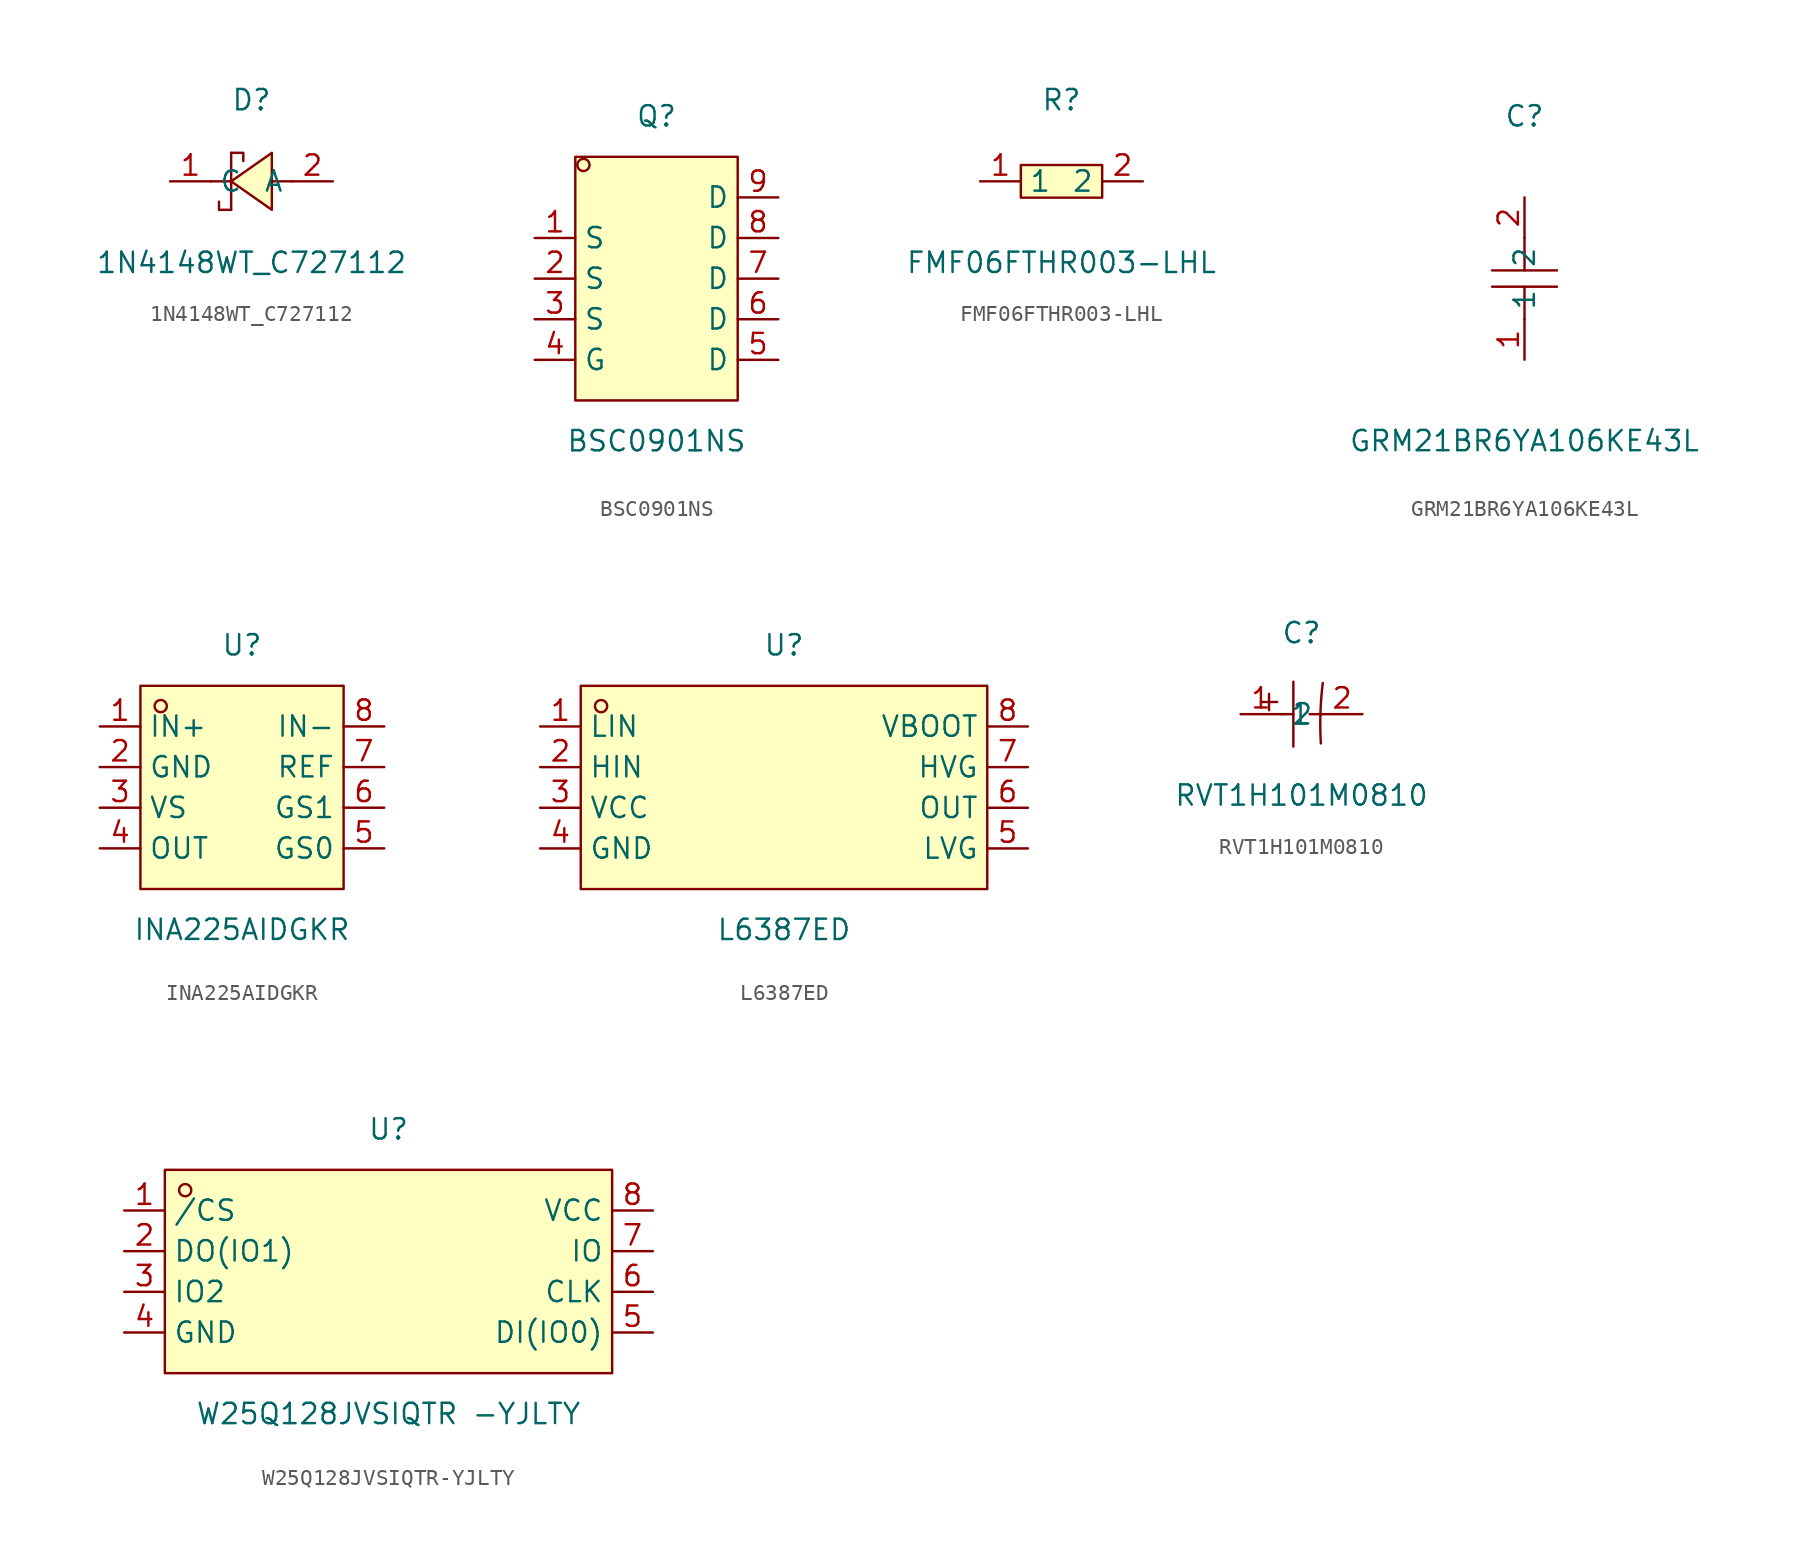
<source format=kicad_sym>
(kicad_symbol_lib
  (version 20211014)
  (generator https://github.com/uPesy/easyeda2kicad.py)
  (symbol "1N4148WT_C727112"
    (property "Reference" "D"
      (at 0 5.08 0)
      (effects (font (size 1.27 1.27))))
    (property "Value" "1N4148WT_C727112"
      (at 0 -5.08 0)
      (effects (font (size 1.27 1.27))))
    (symbol "1N4148WT_C727112_0_1"
      (polyline (pts (xy 1.27 1.78) (xy -1.27 -0.00) (xy 1.27 -1.78) (xy 1.27 1.78)) (stroke (width 0) (type default) (color 0 0 0 0)) (fill (type background)))
      (polyline (pts (xy -1.27 -0.00) (xy -2.54 -0.00)) (stroke (width 0) (type default) (color 0 0 0 0)) (fill (type none)))
      (polyline (pts (xy 2.54 -0.00) (xy 1.27 -0.00)) (stroke (width 0) (type default) (color 0 0 0 0)) (fill (type none)))
      (polyline (pts (xy -1.27 1.78) (xy -1.27 -1.78)) (stroke (width 0) (type default) (color 0 0 0 0)) (fill (type none)))
      (polyline (pts (xy -1.27 1.78) (xy -0.51 1.78) (xy -0.51 1.27)) (stroke (width 0) (type default) (color 0 0 0 0)) (fill (type none)))
      (polyline (pts (xy -1.27 -1.78) (xy -2.03 -1.78) (xy -2.03 -1.27)) (stroke (width 0) (type default) (color 0 0 0 0)) (fill (type none)))
      (pin unspecified line (at 5.08 -0.00 180) (length 2.54) (name "A" (effects (font (size 1.27 1.27)))) (number "2" (effects (font (size 1.27 1.27)))))
      (pin unspecified line (at -5.08 -0.00 0) (length 2.54) (name "C" (effects (font (size 1.27 1.27)))) (number "1" (effects (font (size 1.27 1.27)))))))
  (symbol "BSC0901NS"
    (property "Reference" "Q"
      (at 0 10.16 0)
      (effects (font (size 1.27 1.27))))
    (property "Value" "BSC0901NS"
      (at 0 -10.16 0)
      (effects (font (size 1.27 1.27))))
    (symbol "BSC0901NS_0_1"
      (rectangle (start -5.08 7.62) (end 5.08 -7.62) (stroke (width 0) (type default) (color 0 0 0 0)) (fill (type background)))
      (circle (center -4.57 7.11) (radius 0.38) (stroke (width 0) (type default) (color 0 0 0 0)) (fill (type none)))
      (pin unspecified line (at -7.62 2.54 0) (length 2.54) (name "S" (effects (font (size 1.27 1.27)))) (number "1" (effects (font (size 1.27 1.27)))))
      (pin unspecified line (at -7.62 -0.00 0) (length 2.54) (name "S" (effects (font (size 1.27 1.27)))) (number "2" (effects (font (size 1.27 1.27)))))
      (pin unspecified line (at -7.62 -2.54 0) (length 2.54) (name "S" (effects (font (size 1.27 1.27)))) (number "3" (effects (font (size 1.27 1.27)))))
      (pin unspecified line (at -7.62 -5.08 0) (length 2.54) (name "G" (effects (font (size 1.27 1.27)))) (number "4" (effects (font (size 1.27 1.27)))))
      (pin unspecified line (at 7.62 -5.08 180) (length 2.54) (name "D" (effects (font (size 1.27 1.27)))) (number "5" (effects (font (size 1.27 1.27)))))
      (pin unspecified line (at 7.62 -2.54 180) (length 2.54) (name "D" (effects (font (size 1.27 1.27)))) (number "6" (effects (font (size 1.27 1.27)))))
      (pin unspecified line (at 7.62 -0.00 180) (length 2.54) (name "D" (effects (font (size 1.27 1.27)))) (number "7" (effects (font (size 1.27 1.27)))))
      (pin unspecified line (at 7.62 2.54 180) (length 2.54) (name "D" (effects (font (size 1.27 1.27)))) (number "8" (effects (font (size 1.27 1.27)))))
      (pin unspecified line (at 7.62 5.08 180) (length 2.54) (name "D" (effects (font (size 1.27 1.27)))) (number "9" (effects (font (size 1.27 1.27)))))))
  (symbol "FMF06FTHR003-LHL"
    (property "Reference" "R"
      (at 0 5.08 0)
      (effects (font (size 1.27 1.27))))
    (property "Value" "FMF06FTHR003-LHL"
      (at 0 -5.08 0)
      (effects (font (size 1.27 1.27))))
    (symbol "FMF06FTHR003-LHL_0_1"
      (rectangle (start -2.54 1.02) (end 2.54 -1.02) (stroke (width 0) (type default) (color 0 0 0 0)) (fill (type background)))
      (pin input line (at 5.08 -0.00 180) (length 2.54) (name "2" (effects (font (size 1.27 1.27)))) (number "2" (effects (font (size 1.27 1.27)))))
      (pin input line (at -5.08 -0.00 0) (length 2.54) (name "1" (effects (font (size 1.27 1.27)))) (number "1" (effects (font (size 1.27 1.27)))))))
  (symbol "GRM21BR6YA106KE43L"
    (property "Reference" "C"
      (at 0 10.16 0)
      (effects (font (size 1.27 1.27))))
    (property "Value" "GRM21BR6YA106KE43L"
      (at 0 -10.16 0)
      (effects (font (size 1.27 1.27))))
    (symbol "GRM21BR6YA106KE43L_0_1"
      (polyline (pts (xy 2.03 -0.51) (xy -2.03 -0.51)) (stroke (width 0) (type default) (color 0 0 0 0)) (fill (type none)))
      (polyline (pts (xy 0.00 2.54) (xy 0.00 0.51)) (stroke (width 0) (type default) (color 0 0 0 0)) (fill (type none)))
      (polyline (pts (xy -2.03 0.51) (xy 2.03 0.51)) (stroke (width 0) (type default) (color 0 0 0 0)) (fill (type none)))
      (polyline (pts (xy 0.00 -0.51) (xy 0.00 -2.54)) (stroke (width 0) (type default) (color 0 0 0 0)) (fill (type none)))
      (pin unspecified line (at 0.00 -5.08 90) (length 2.54) (name "1" (effects (font (size 1.27 1.27)))) (number "1" (effects (font (size 1.27 1.27)))))
      (pin unspecified line (at 0.00 5.08 270) (length 2.54) (name "2" (effects (font (size 1.27 1.27)))) (number "2" (effects (font (size 1.27 1.27)))))))
  (symbol "INA225AIDGKR"
    (property "Reference" "U"
      (at 0 8.89 0)
      (effects (font (size 1.27 1.27))))
    (property "Value" "INA225AIDGKR"
      (at 0 -8.89 0)
      (effects (font (size 1.27 1.27))))
    (symbol "INA225AIDGKR_0_1"
      (rectangle (start -6.35 6.35) (end 6.35 -6.35) (stroke (width 0) (type default) (color 0 0 0 0)) (fill (type background)))
      (circle (center -5.08 5.08) (radius 0.38) (stroke (width 0) (type default) (color 0 0 0 0)) (fill (type none)))
      (pin unspecified line (at -8.89 3.81 0) (length 2.54) (name "IN+" (effects (font (size 1.27 1.27)))) (number "1" (effects (font (size 1.27 1.27)))))
      (pin unspecified line (at -8.89 1.27 0) (length 2.54) (name "GND" (effects (font (size 1.27 1.27)))) (number "2" (effects (font (size 1.27 1.27)))))
      (pin unspecified line (at -8.89 -1.27 0) (length 2.54) (name "VS" (effects (font (size 1.27 1.27)))) (number "3" (effects (font (size 1.27 1.27)))))
      (pin unspecified line (at -8.89 -3.81 0) (length 2.54) (name "OUT" (effects (font (size 1.27 1.27)))) (number "4" (effects (font (size 1.27 1.27)))))
      (pin unspecified line (at 8.89 -3.81 180) (length 2.54) (name "GS0" (effects (font (size 1.27 1.27)))) (number "5" (effects (font (size 1.27 1.27)))))
      (pin unspecified line (at 8.89 -1.27 180) (length 2.54) (name "GS1" (effects (font (size 1.27 1.27)))) (number "6" (effects (font (size 1.27 1.27)))))
      (pin unspecified line (at 8.89 1.27 180) (length 2.54) (name "REF" (effects (font (size 1.27 1.27)))) (number "7" (effects (font (size 1.27 1.27)))))
      (pin unspecified line (at 8.89 3.81 180) (length 2.54) (name "IN-" (effects (font (size 1.27 1.27)))) (number "8" (effects (font (size 1.27 1.27)))))))
  (symbol "L6387ED"
    (property "Reference" "U"
      (at 0 8.89 0)
      (effects (font (size 1.27 1.27))))
    (property "Value" "L6387ED"
      (at 0 -8.89 0)
      (effects (font (size 1.27 1.27))))
    (symbol "L6387ED_0_1"
      (rectangle (start -12.70 6.35) (end 12.70 -6.35) (stroke (width 0) (type default) (color 0 0 0 0)) (fill (type background)))
      (circle (center -11.43 5.08) (radius 0.38) (stroke (width 0) (type default) (color 0 0 0 0)) (fill (type none)))
      (pin unspecified line (at -15.24 3.81 0) (length 2.54) (name "LIN" (effects (font (size 1.27 1.27)))) (number "1" (effects (font (size 1.27 1.27)))))
      (pin unspecified line (at -15.24 1.27 0) (length 2.54) (name "HIN" (effects (font (size 1.27 1.27)))) (number "2" (effects (font (size 1.27 1.27)))))
      (pin unspecified line (at -15.24 -1.27 0) (length 2.54) (name "VCC" (effects (font (size 1.27 1.27)))) (number "3" (effects (font (size 1.27 1.27)))))
      (pin unspecified line (at -15.24 -3.81 0) (length 2.54) (name "GND" (effects (font (size 1.27 1.27)))) (number "4" (effects (font (size 1.27 1.27)))))
      (pin unspecified line (at 15.24 -3.81 180) (length 2.54) (name "LVG" (effects (font (size 1.27 1.27)))) (number "5" (effects (font (size 1.27 1.27)))))
      (pin unspecified line (at 15.24 -1.27 180) (length 2.54) (name "OUT" (effects (font (size 1.27 1.27)))) (number "6" (effects (font (size 1.27 1.27)))))
      (pin unspecified line (at 15.24 1.27 180) (length 2.54) (name "HVG" (effects (font (size 1.27 1.27)))) (number "7" (effects (font (size 1.27 1.27)))))
      (pin unspecified line (at 15.24 3.81 180) (length 2.54) (name "VBOOT" (effects (font (size 1.27 1.27)))) (number "8" (effects (font (size 1.27 1.27)))))))
  (symbol "RVT1H101M0810"
    (property "Reference" "C"
      (at 0 5.08 0)
      (effects (font (size 1.27 1.27))))
    (property "Value" "RVT1H101M0810"
      (at 0 -5.08 0)
      (effects (font (size 1.27 1.27))))
    (symbol "RVT1H101M0810_0_1"
      (arc (start 1.33 1.95) (mid 1.22 -1.99) (end 1.21 -1.83) (stroke (width 0) (type default) (color 0 0 0 0)) (fill (type none)))
      (polyline (pts (xy -0.51 2.03) (xy -0.51 -2.03)) (stroke (width 0) (type default) (color 0 0 0 0)) (fill (type none)))
      (polyline (pts (xy -1.27 -0.00) (xy -0.51 -0.00)) (stroke (width 0) (type default) (color 0 0 0 0)) (fill (type none)))
      (polyline (pts (xy 0.51 -0.00) (xy 1.27 -0.00)) (stroke (width 0) (type default) (color 0 0 0 0)) (fill (type none)))
      (polyline (pts (xy -2.54 0.76) (xy -1.52 0.76)) (stroke (width 0) (type default) (color 0 0 0 0)) (fill (type none)))
      (polyline (pts (xy -2.03 1.27) (xy -2.03 0.25)) (stroke (width 0) (type default) (color 0 0 0 0)) (fill (type none)))
      (pin input line (at -3.81 -0.00 0) (length 2.54) (name "1" (effects (font (size 1.27 1.27)))) (number "1" (effects (font (size 1.27 1.27)))))
      (pin input line (at 3.81 -0.00 180) (length 2.54) (name "2" (effects (font (size 1.27 1.27)))) (number "2" (effects (font (size 1.27 1.27)))))))
  (symbol "W25Q128JVSIQTR-YJLTY"
    (property "Reference" "U"
      (at 0 8.89 0)
      (effects (font (size 1.27 1.27))))
    (property "Value" "W25Q128JVSIQTR -YJLTY"
      (at 0 -8.89 0)
      (effects (font (size 1.27 1.27))))
    (symbol "W25Q128JVSIQTR-YJLTY_0_1"
      (rectangle (start -13.97 6.35) (end 13.97 -6.35) (stroke (width 0) (type default) (color 0 0 0 0)) (fill (type background)))
      (circle (center -12.70 5.08) (radius 0.38) (stroke (width 0) (type default) (color 0 0 0 0)) (fill (type none)))
      (pin unspecified line (at -16.51 3.81 0) (length 2.54) (name "/CS" (effects (font (size 1.27 1.27)))) (number "1" (effects (font (size 1.27 1.27)))))
      (pin unspecified line (at -16.51 1.27 0) (length 2.54) (name "DO(IO1)" (effects (font (size 1.27 1.27)))) (number "2" (effects (font (size 1.27 1.27)))))
      (pin unspecified line (at -16.51 -1.27 0) (length 2.54) (name "IO2" (effects (font (size 1.27 1.27)))) (number "3" (effects (font (size 1.27 1.27)))))
      (pin unspecified line (at -16.51 -3.81 0) (length 2.54) (name "GND" (effects (font (size 1.27 1.27)))) (number "4" (effects (font (size 1.27 1.27)))))
      (pin unspecified line (at 16.51 -3.81 180) (length 2.54) (name "DI(IO0)" (effects (font (size 1.27 1.27)))) (number "5" (effects (font (size 1.27 1.27)))))
      (pin unspecified line (at 16.51 -1.27 180) (length 2.54) (name "CLK" (effects (font (size 1.27 1.27)))) (number "6" (effects (font (size 1.27 1.27)))))
      (pin unspecified line (at 16.51 1.27 180) (length 2.54) (name "IO" (effects (font (size 1.27 1.27)))) (number "7" (effects (font (size 1.27 1.27)))))
      (pin unspecified line (at 16.51 3.81 180) (length 2.54) (name "VCC" (effects (font (size 1.27 1.27)))) (number "8" (effects (font (size 1.27 1.27))))))))
</source>
